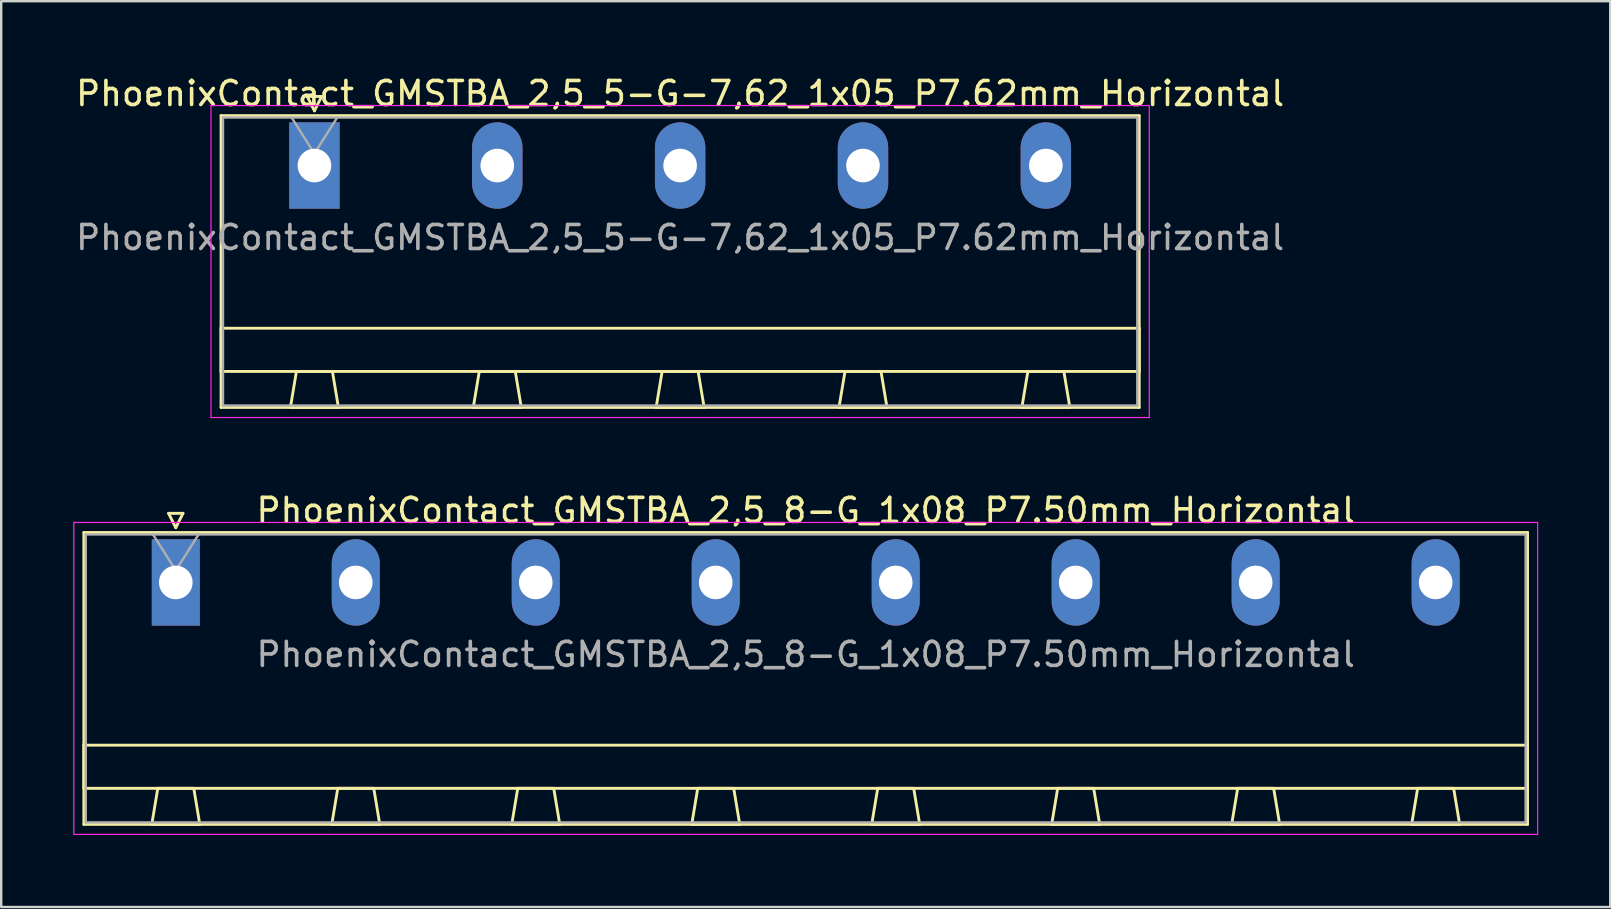
<source format=kicad_pcb>
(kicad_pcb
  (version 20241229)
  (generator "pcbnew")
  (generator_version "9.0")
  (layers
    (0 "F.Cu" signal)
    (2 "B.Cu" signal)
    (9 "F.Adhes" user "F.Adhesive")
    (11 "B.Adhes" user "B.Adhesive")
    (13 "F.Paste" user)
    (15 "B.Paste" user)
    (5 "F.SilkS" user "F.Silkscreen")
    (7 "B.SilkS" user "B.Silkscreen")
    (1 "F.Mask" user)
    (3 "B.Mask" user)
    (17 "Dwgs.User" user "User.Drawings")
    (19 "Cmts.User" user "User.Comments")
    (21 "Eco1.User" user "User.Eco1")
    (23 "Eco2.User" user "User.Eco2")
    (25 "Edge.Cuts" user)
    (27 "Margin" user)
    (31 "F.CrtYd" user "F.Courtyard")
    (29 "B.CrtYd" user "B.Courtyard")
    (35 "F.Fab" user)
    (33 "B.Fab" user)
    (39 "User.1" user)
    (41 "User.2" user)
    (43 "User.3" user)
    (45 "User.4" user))
  (footprint "PhoenixContact_GMSTBA_2,5_5-G-7,62_1x05_P7.62mm_Horizontal"
    (layer "F.Cu")
    (at 10.052 3.848)
    (property "Reference" "PhoenixContact_GMSTBA_2,5_5-G-7,62_1x05_P7.62mm_Horizontal" (at 15.24 -3 0) (layer "F.SilkS") (effects (font (size 1 1) (thickness 0.15))))
    (attr through_hole)
    (fp_line (start -3.89 -2.08) (end -3.89 10.08) (stroke (width 0.12) (type solid)) (layer "F.SilkS"))
    (fp_line (start -3.89 6.78) (end 34.37 6.78) (stroke (width 0.12) (type solid)) (layer "F.SilkS"))
    (fp_line (start -3.89 8.58) (end -3.89 6.78) (stroke (width 0.12) (type solid)) (layer "F.SilkS"))
    (fp_line (start -3.89 10.08) (end 34.37 10.08) (stroke (width 0.12) (type solid)) (layer "F.SilkS"))
    (fp_line (start -1 10.08) (end 1 10.08) (stroke (width 0.12) (type solid)) (layer "F.SilkS"))
    (fp_line (start -0.75 8.58) (end -1 10.08) (stroke (width 0.12) (type solid)) (layer "F.SilkS"))
    (fp_line (start -0.3 -2.88) (end 0.3 -2.88) (stroke (width 0.12) (type solid)) (layer "F.SilkS"))
    (fp_line (start 0 -2.28) (end -0.3 -2.88) (stroke (width 0.12) (type solid)) (layer "F.SilkS"))
    (fp_line (start 0.3 -2.88) (end 0 -2.28) (stroke (width 0.12) (type solid)) (layer "F.SilkS"))
    (fp_line (start 0.75 8.58) (end -0.75 8.58) (stroke (width 0.12) (type solid)) (layer "F.SilkS"))
    (fp_line (start 1 10.08) (end 0.75 8.58) (stroke (width 0.12) (type solid)) (layer "F.SilkS"))
    (fp_line (start 6.62 10.08) (end 8.62 10.08) (stroke (width 0.12) (type solid)) (layer "F.SilkS"))
    (fp_line (start 6.87 8.58) (end 6.62 10.08) (stroke (width 0.12) (type solid)) (layer "F.SilkS"))
    (fp_line (start 8.37 8.58) (end 6.87 8.58) (stroke (width 0.12) (type solid)) (layer "F.SilkS"))
    (fp_line (start 8.62 10.08) (end 8.37 8.58) (stroke (width 0.12) (type solid)) (layer "F.SilkS"))
    (fp_line (start 14.24 10.08) (end 16.24 10.08) (stroke (width 0.12) (type solid)) (layer "F.SilkS"))
    (fp_line (start 14.49 8.58) (end 14.24 10.08) (stroke (width 0.12) (type solid)) (layer "F.SilkS"))
    (fp_line (start 15.99 8.58) (end 14.49 8.58) (stroke (width 0.12) (type solid)) (layer "F.SilkS"))
    (fp_line (start 16.24 10.08) (end 15.99 8.58) (stroke (width 0.12) (type solid)) (layer "F.SilkS"))
    (fp_line (start 21.86 10.08) (end 23.86 10.08) (stroke (width 0.12) (type solid)) (layer "F.SilkS"))
    (fp_line (start 22.11 8.58) (end 21.86 10.08) (stroke (width 0.12) (type solid)) (layer "F.SilkS"))
    (fp_line (start 23.61 8.58) (end 22.11 8.58) (stroke (width 0.12) (type solid)) (layer "F.SilkS"))
    (fp_line (start 23.86 10.08) (end 23.61 8.58) (stroke (width 0.12) (type solid)) (layer "F.SilkS"))
    (fp_line (start 29.48 10.08) (end 31.48 10.08) (stroke (width 0.12) (type solid)) (layer "F.SilkS"))
    (fp_line (start 29.73 8.58) (end 29.48 10.08) (stroke (width 0.12) (type solid)) (layer "F.SilkS"))
    (fp_line (start 31.23 8.58) (end 29.73 8.58) (stroke (width 0.12) (type solid)) (layer "F.SilkS"))
    (fp_line (start 31.48 10.08) (end 31.23 8.58) (stroke (width 0.12) (type solid)) (layer "F.SilkS"))
    (fp_line (start 34.37 -2.08) (end -3.89 -2.08) (stroke (width 0.12) (type solid)) (layer "F.SilkS"))
    (fp_line (start 34.37 6.78) (end 34.37 8.58) (stroke (width 0.12) (type solid)) (layer "F.SilkS"))
    (fp_line (start 34.37 8.58) (end -3.89 8.58) (stroke (width 0.12) (type solid)) (layer "F.SilkS"))
    (fp_line (start 34.37 10.08) (end 34.37 -2.08) (stroke (width 0.12) (type solid)) (layer "F.SilkS"))
    (fp_line (start -4.31 -2.5) (end -4.31 10.5) (stroke (width 0.05) (type solid)) (layer "F.CrtYd"))
    (fp_line (start -4.31 10.5) (end 34.79 10.5) (stroke (width 0.05) (type solid)) (layer "F.CrtYd"))
    (fp_line (start 34.79 -2.5) (end -4.31 -2.5) (stroke (width 0.05) (type solid)) (layer "F.CrtYd"))
    (fp_line (start 34.79 10.5) (end 34.79 -2.5) (stroke (width 0.05) (type solid)) (layer "F.CrtYd"))
    (fp_line (start -3.81 -2) (end -3.81 10) (stroke (width 0.1) (type solid)) (layer "F.Fab"))
    (fp_line (start -3.81 10) (end 34.29 10) (stroke (width 0.1) (type solid)) (layer "F.Fab"))
    (fp_line (start 0 -0.5) (end -0.95 -2) (stroke (width 0.1) (type solid)) (layer "F.Fab"))
    (fp_line (start 0.95 -2) (end 0 -0.5) (stroke (width 0.1) (type solid)) (layer "F.Fab"))
    (fp_line (start 34.29 -2) (end -3.81 -2) (stroke (width 0.1) (type solid)) (layer "F.Fab"))
    (fp_line (start 34.29 10) (end 34.29 -2) (stroke (width 0.1) (type solid)) (layer "F.Fab"))
    (fp_text user "${REFERENCE}" (at 15.24 3 0) (layer "F.Fab") (effects (font (size 1 1) (thickness 0.15))))
    (pad "1" thru_hole rect (at 0 0) (size 2.1 3.6) (drill 1.4) (layers "*.Cu" "*.Mask"))
    (pad "2" thru_hole oval (at 7.62 0) (size 2.1 3.6) (drill 1.4) (layers "*.Cu" "*.Mask"))
    (pad "3" thru_hole oval (at 15.24 0) (size 2.1 3.6) (drill 1.4) (layers "*.Cu" "*.Mask"))
    (pad "4" thru_hole oval (at 22.86 0) (size 2.1 3.6) (drill 1.4) (layers "*.Cu" "*.Mask"))
    (pad "5" thru_hole oval (at 30.48 0) (size 2.1 3.6) (drill 1.4) (layers "*.Cu" "*.Mask")))
  (footprint "PhoenixContact_GMSTBA_2,5_8-G_1x08_P7.50mm_Horizontal"
    (layer "F.Cu")
    (at 4.275 21.221)
    (property "Reference" "PhoenixContact_GMSTBA_2,5_8-G_1x08_P7.50mm_Horizontal" (at 26.25 -3 0) (layer "F.SilkS") (effects (font (size 1 1) (thickness 0.15))))
    (attr through_hole)
    (fp_line (start -3.83 -2.08) (end -3.83 10.08) (stroke (width 0.12) (type solid)) (layer "F.SilkS"))
    (fp_line (start -3.83 6.78) (end 56.33 6.78) (stroke (width 0.12) (type solid)) (layer "F.SilkS"))
    (fp_line (start -3.83 8.58) (end -3.83 6.78) (stroke (width 0.12) (type solid)) (layer "F.SilkS"))
    (fp_line (start -3.83 10.08) (end 56.33 10.08) (stroke (width 0.12) (type solid)) (layer "F.SilkS"))
    (fp_line (start -1 10.08) (end 1 10.08) (stroke (width 0.12) (type solid)) (layer "F.SilkS"))
    (fp_line (start -0.75 8.58) (end -1 10.08) (stroke (width 0.12) (type solid)) (layer "F.SilkS"))
    (fp_line (start -0.3 -2.88) (end 0.3 -2.88) (stroke (width 0.12) (type solid)) (layer "F.SilkS"))
    (fp_line (start 0 -2.28) (end -0.3 -2.88) (stroke (width 0.12) (type solid)) (layer "F.SilkS"))
    (fp_line (start 0.3 -2.88) (end 0 -2.28) (stroke (width 0.12) (type solid)) (layer "F.SilkS"))
    (fp_line (start 0.75 8.58) (end -0.75 8.58) (stroke (width 0.12) (type solid)) (layer "F.SilkS"))
    (fp_line (start 1 10.08) (end 0.75 8.58) (stroke (width 0.12) (type solid)) (layer "F.SilkS"))
    (fp_line (start 6.5 10.08) (end 8.5 10.08) (stroke (width 0.12) (type solid)) (layer "F.SilkS"))
    (fp_line (start 6.75 8.58) (end 6.5 10.08) (stroke (width 0.12) (type solid)) (layer "F.SilkS"))
    (fp_line (start 8.25 8.58) (end 6.75 8.58) (stroke (width 0.12) (type solid)) (layer "F.SilkS"))
    (fp_line (start 8.5 10.08) (end 8.25 8.58) (stroke (width 0.12) (type solid)) (layer "F.SilkS"))
    (fp_line (start 14 10.08) (end 16 10.08) (stroke (width 0.12) (type solid)) (layer "F.SilkS"))
    (fp_line (start 14.25 8.58) (end 14 10.08) (stroke (width 0.12) (type solid)) (layer "F.SilkS"))
    (fp_line (start 15.75 8.58) (end 14.25 8.58) (stroke (width 0.12) (type solid)) (layer "F.SilkS"))
    (fp_line (start 16 10.08) (end 15.75 8.58) (stroke (width 0.12) (type solid)) (layer "F.SilkS"))
    (fp_line (start 21.5 10.08) (end 23.5 10.08) (stroke (width 0.12) (type solid)) (layer "F.SilkS"))
    (fp_line (start 21.75 8.58) (end 21.5 10.08) (stroke (width 0.12) (type solid)) (layer "F.SilkS"))
    (fp_line (start 23.25 8.58) (end 21.75 8.58) (stroke (width 0.12) (type solid)) (layer "F.SilkS"))
    (fp_line (start 23.5 10.08) (end 23.25 8.58) (stroke (width 0.12) (type solid)) (layer "F.SilkS"))
    (fp_line (start 29 10.08) (end 31 10.08) (stroke (width 0.12) (type solid)) (layer "F.SilkS"))
    (fp_line (start 29.25 8.58) (end 29 10.08) (stroke (width 0.12) (type solid)) (layer "F.SilkS"))
    (fp_line (start 30.75 8.58) (end 29.25 8.58) (stroke (width 0.12) (type solid)) (layer "F.SilkS"))
    (fp_line (start 31 10.08) (end 30.75 8.58) (stroke (width 0.12) (type solid)) (layer "F.SilkS"))
    (fp_line (start 36.5 10.08) (end 38.5 10.08) (stroke (width 0.12) (type solid)) (layer "F.SilkS"))
    (fp_line (start 36.75 8.58) (end 36.5 10.08) (stroke (width 0.12) (type solid)) (layer "F.SilkS"))
    (fp_line (start 38.25 8.58) (end 36.75 8.58) (stroke (width 0.12) (type solid)) (layer "F.SilkS"))
    (fp_line (start 38.5 10.08) (end 38.25 8.58) (stroke (width 0.12) (type solid)) (layer "F.SilkS"))
    (fp_line (start 44 10.08) (end 46 10.08) (stroke (width 0.12) (type solid)) (layer "F.SilkS"))
    (fp_line (start 44.25 8.58) (end 44 10.08) (stroke (width 0.12) (type solid)) (layer "F.SilkS"))
    (fp_line (start 45.75 8.58) (end 44.25 8.58) (stroke (width 0.12) (type solid)) (layer "F.SilkS"))
    (fp_line (start 46 10.08) (end 45.75 8.58) (stroke (width 0.12) (type solid)) (layer "F.SilkS"))
    (fp_line (start 51.5 10.08) (end 53.5 10.08) (stroke (width 0.12) (type solid)) (layer "F.SilkS"))
    (fp_line (start 51.75 8.58) (end 51.5 10.08) (stroke (width 0.12) (type solid)) (layer "F.SilkS"))
    (fp_line (start 53.25 8.58) (end 51.75 8.58) (stroke (width 0.12) (type solid)) (layer "F.SilkS"))
    (fp_line (start 53.5 10.08) (end 53.25 8.58) (stroke (width 0.12) (type solid)) (layer "F.SilkS"))
    (fp_line (start 56.33 -2.08) (end -3.83 -2.08) (stroke (width 0.12) (type solid)) (layer "F.SilkS"))
    (fp_line (start 56.33 6.78) (end 56.33 8.58) (stroke (width 0.12) (type solid)) (layer "F.SilkS"))
    (fp_line (start 56.33 8.58) (end -3.83 8.58) (stroke (width 0.12) (type solid)) (layer "F.SilkS"))
    (fp_line (start 56.33 10.08) (end 56.33 -2.08) (stroke (width 0.12) (type solid)) (layer "F.SilkS"))
    (fp_line (start -4.25 -2.5) (end -4.25 10.5) (stroke (width 0.05) (type solid)) (layer "F.CrtYd"))
    (fp_line (start -4.25 10.5) (end 56.75 10.5) (stroke (width 0.05) (type solid)) (layer "F.CrtYd"))
    (fp_line (start 56.75 -2.5) (end -4.25 -2.5) (stroke (width 0.05) (type solid)) (layer "F.CrtYd"))
    (fp_line (start 56.75 10.5) (end 56.75 -2.5) (stroke (width 0.05) (type solid)) (layer "F.CrtYd"))
    (fp_line (start -3.75 -2) (end -3.75 10) (stroke (width 0.1) (type solid)) (layer "F.Fab"))
    (fp_line (start -3.75 10) (end 56.25 10) (stroke (width 0.1) (type solid)) (layer "F.Fab"))
    (fp_line (start 0 -0.5) (end -0.95 -2) (stroke (width 0.1) (type solid)) (layer "F.Fab"))
    (fp_line (start 0.95 -2) (end 0 -0.5) (stroke (width 0.1) (type solid)) (layer "F.Fab"))
    (fp_line (start 56.25 -2) (end -3.75 -2) (stroke (width 0.1) (type solid)) (layer "F.Fab"))
    (fp_line (start 56.25 10) (end 56.25 -2) (stroke (width 0.1) (type solid)) (layer "F.Fab"))
    (fp_text user "${REFERENCE}" (at 26.25 3 0) (layer "F.Fab") (effects (font (size 1 1) (thickness 0.15))))
    (pad "1" thru_hole rect (at 0 0) (size 2 3.6) (drill 1.4) (layers "*.Cu" "*.Mask"))
    (pad "2" thru_hole oval (at 7.5 0) (size 2 3.6) (drill 1.4) (layers "*.Cu" "*.Mask"))
    (pad "3" thru_hole oval (at 15 0) (size 2 3.6) (drill 1.4) (layers "*.Cu" "*.Mask"))
    (pad "4" thru_hole oval (at 22.5 0) (size 2 3.6) (drill 1.4) (layers "*.Cu" "*.Mask"))
    (pad "5" thru_hole oval (at 30 0) (size 2 3.6) (drill 1.4) (layers "*.Cu" "*.Mask"))
    (pad "6" thru_hole oval (at 37.5 0) (size 2 3.6) (drill 1.4) (layers "*.Cu" "*.Mask"))
    (pad "7" thru_hole oval (at 45 0) (size 2 3.6) (drill 1.4) (layers "*.Cu" "*.Mask"))
    (pad "8" thru_hole oval (at 52.5 0) (size 2 3.6) (drill 1.4) (layers "*.Cu" "*.Mask")))
  (gr_rect
    (start -3 -3)
    (end 64.05 34.746)
    (stroke (width 0.1) (type default))
    (fill no)
    (layer "Edge.Cuts")))
</source>
